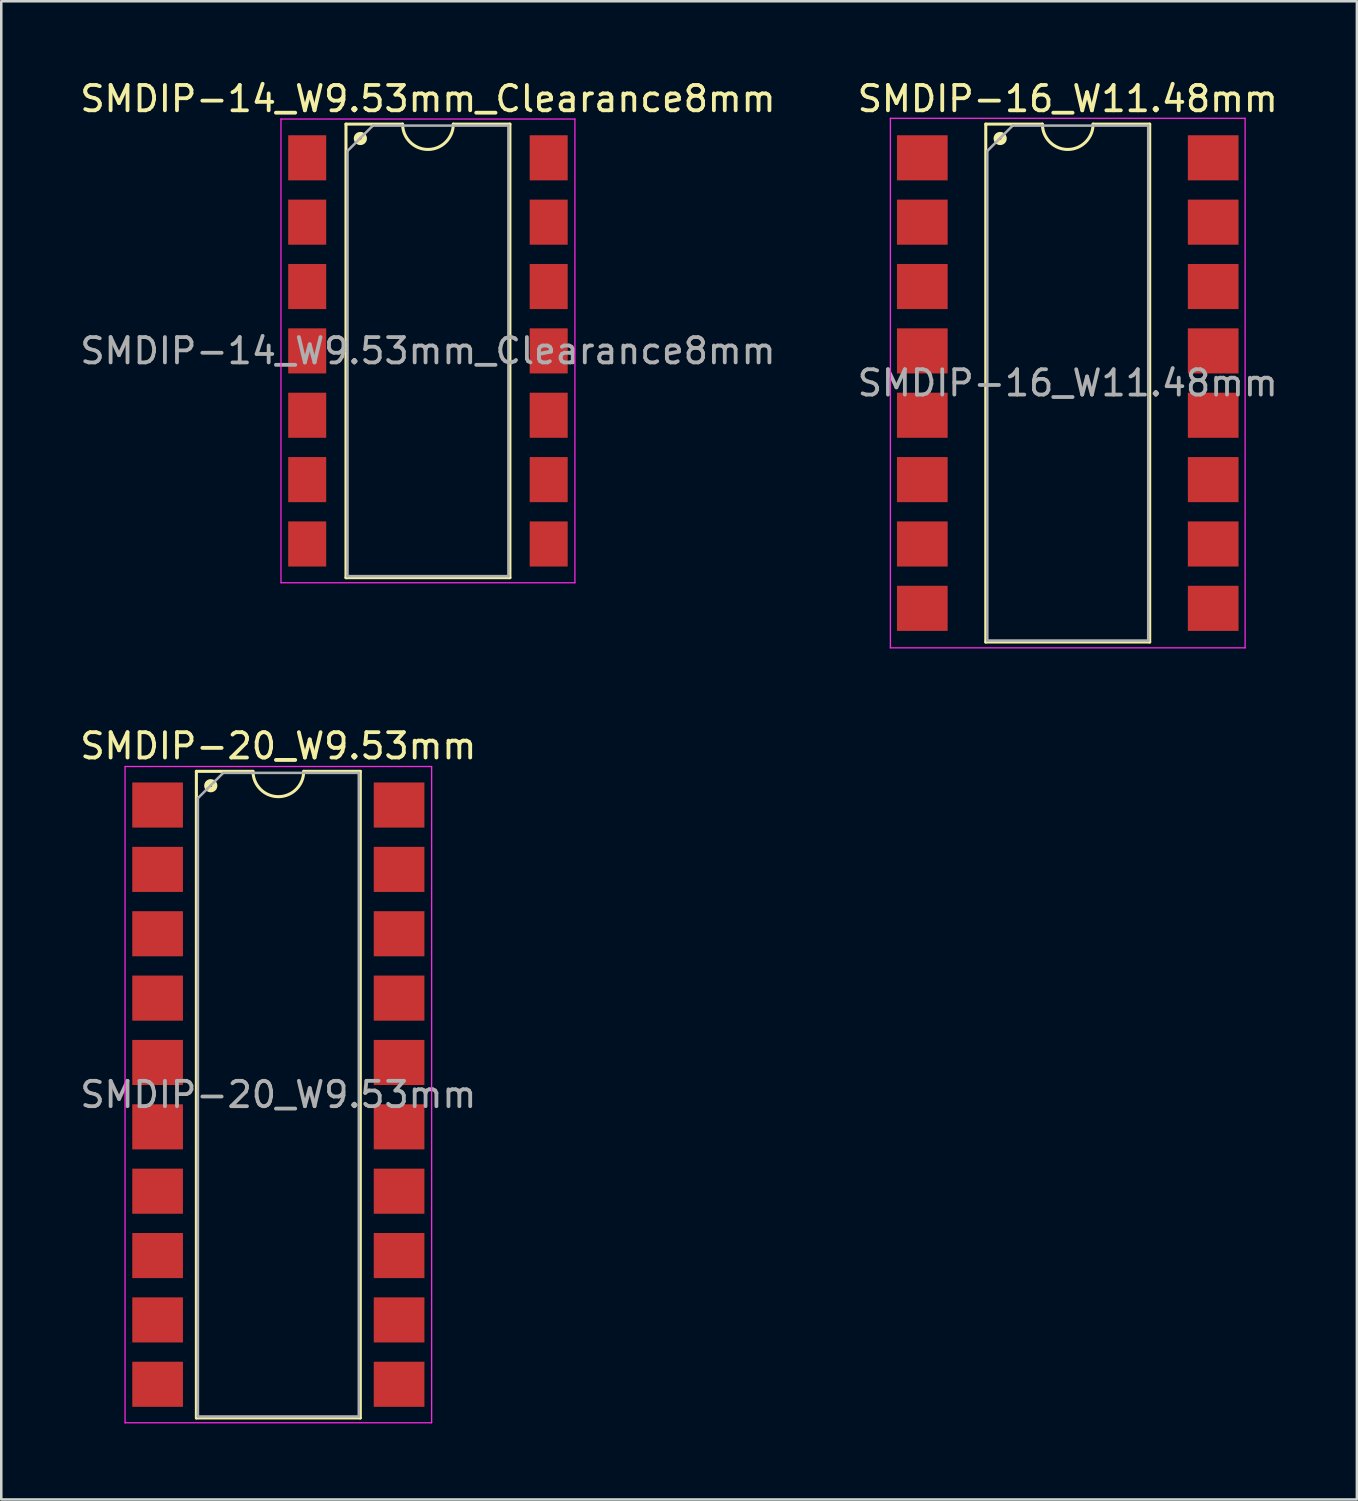
<source format=kicad_pcb>
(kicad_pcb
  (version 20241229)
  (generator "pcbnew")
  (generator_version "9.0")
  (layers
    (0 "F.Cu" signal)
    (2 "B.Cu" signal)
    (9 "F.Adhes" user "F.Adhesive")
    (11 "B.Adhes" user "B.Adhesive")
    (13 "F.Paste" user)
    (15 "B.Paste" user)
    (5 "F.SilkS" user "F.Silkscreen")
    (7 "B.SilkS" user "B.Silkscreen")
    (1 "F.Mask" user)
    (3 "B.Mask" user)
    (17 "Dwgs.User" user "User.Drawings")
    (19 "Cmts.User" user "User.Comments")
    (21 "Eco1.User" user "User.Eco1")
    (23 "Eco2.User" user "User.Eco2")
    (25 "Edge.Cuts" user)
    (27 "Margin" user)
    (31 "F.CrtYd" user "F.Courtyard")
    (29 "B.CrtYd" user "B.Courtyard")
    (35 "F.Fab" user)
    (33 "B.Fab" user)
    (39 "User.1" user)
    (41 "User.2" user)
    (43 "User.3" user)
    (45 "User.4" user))
  (footprint "SMDIP-14_W9.53mm_Clearance8mm"
    (layer "F.Cu")
    (at 13.839 10.798)
    (property "Reference" "SMDIP-14_W9.53mm_Clearance8mm" (at 0 -9.95 0) (layer "F.SilkS") (effects (font (size 1 1) (thickness 0.15))))
    (attr smd)
    (fp_line (start -3.235 -8.95) (end -3.235 8.95) (stroke (width 0.12) (type solid)) (layer "F.SilkS"))
    (fp_line (start -3.235 8.95) (end 3.235 8.95) (stroke (width 0.12) (type solid)) (layer "F.SilkS"))
    (fp_line (start -1 -8.95) (end -3.235 -8.95) (stroke (width 0.12) (type solid)) (layer "F.SilkS"))
    (fp_line (start 3.235 -8.95) (end 1 -8.95) (stroke (width 0.12) (type solid)) (layer "F.SilkS"))
    (fp_line (start 3.235 8.95) (end 3.235 -8.95) (stroke (width 0.12) (type solid)) (layer "F.SilkS"))
    (fp_arc (start 1 -8.95) (mid 0 -7.95) (end -1 -8.95) (stroke (width 0.12) (type solid)) (layer "F.SilkS"))
    (fp_circle (center -2.667 -8.382) (end -2.617 -8.382) (stroke (width 0.12) (type solid)) (fill no) (layer "F.SilkS"))
    (fp_circle (center -2.667 -8.382) (end -2.542 -8.382) (stroke (width 0.12) (type solid)) (fill no) (layer "F.SilkS"))
    (fp_circle (center -2.667 -8.382) (end -2.467 -8.382) (stroke (width 0.12) (type solid)) (fill no) (layer "F.SilkS"))
    (fp_line (start -5.8 -9.15) (end -5.8 9.15) (stroke (width 0.05) (type solid)) (layer "F.CrtYd"))
    (fp_line (start -5.8 9.15) (end 5.8 9.15) (stroke (width 0.05) (type solid)) (layer "F.CrtYd"))
    (fp_line (start 5.8 -9.15) (end -5.8 -9.15) (stroke (width 0.05) (type solid)) (layer "F.CrtYd"))
    (fp_line (start 5.8 9.15) (end 5.8 -9.15) (stroke (width 0.05) (type solid)) (layer "F.CrtYd"))
    (fp_line (start -3.175 -7.89) (end -2.175 -8.89) (stroke (width 0.1) (type solid)) (layer "F.Fab"))
    (fp_line (start -3.175 8.89) (end -3.175 -7.89) (stroke (width 0.1) (type solid)) (layer "F.Fab"))
    (fp_line (start -2.175 -8.89) (end 3.175 -8.89) (stroke (width 0.1) (type solid)) (layer "F.Fab"))
    (fp_line (start 3.175 -8.89) (end 3.175 8.89) (stroke (width 0.1) (type solid)) (layer "F.Fab"))
    (fp_line (start 3.175 8.89) (end -3.175 8.89) (stroke (width 0.1) (type solid)) (layer "F.Fab"))
    (fp_text user "${REFERENCE}" (at 0 0 0) (layer "F.Fab") (effects (font (size 1 1) (thickness 0.15))))
    (pad "1" smd rect (at -4.765 -7.62) (size 1.5 1.78) (layers "F.Cu" "F.Mask" "F.Paste"))
    (pad "2" smd rect (at -4.765 -5.08) (size 1.5 1.78) (layers "F.Cu" "F.Mask" "F.Paste"))
    (pad "3" smd rect (at -4.765 -2.54) (size 1.5 1.78) (layers "F.Cu" "F.Mask" "F.Paste"))
    (pad "4" smd rect (at -4.765 0) (size 1.5 1.78) (layers "F.Cu" "F.Mask" "F.Paste"))
    (pad "5" smd rect (at -4.765 2.54) (size 1.5 1.78) (layers "F.Cu" "F.Mask" "F.Paste"))
    (pad "6" smd rect (at -4.765 5.08) (size 1.5 1.78) (layers "F.Cu" "F.Mask" "F.Paste"))
    (pad "7" smd rect (at -4.765 7.62) (size 1.5 1.78) (layers "F.Cu" "F.Mask" "F.Paste"))
    (pad "8" smd rect (at 4.765 7.62) (size 1.5 1.78) (layers "F.Cu" "F.Mask" "F.Paste"))
    (pad "9" smd rect (at 4.765 5.08) (size 1.5 1.78) (layers "F.Cu" "F.Mask" "F.Paste"))
    (pad "10" smd rect (at 4.765 2.54) (size 1.5 1.78) (layers "F.Cu" "F.Mask" "F.Paste"))
    (pad "11" smd rect (at 4.765 0) (size 1.5 1.78) (layers "F.Cu" "F.Mask" "F.Paste"))
    (pad "12" smd rect (at 4.765 -2.54) (size 1.5 1.78) (layers "F.Cu" "F.Mask" "F.Paste"))
    (pad "13" smd rect (at 4.765 -5.08) (size 1.5 1.78) (layers "F.Cu" "F.Mask" "F.Paste"))
    (pad "14" smd rect (at 4.765 -7.62) (size 1.5 1.78) (layers "F.Cu" "F.Mask" "F.Paste")))
  (footprint "SMDIP-20_W9.53mm"
    (layer "F.Cu")
    (at 7.935 40.151)
    (property "Reference" "SMDIP-20_W9.53mm" (at 0 -13.76 0) (layer "F.SilkS") (effects (font (size 1 1) (thickness 0.15))))
    (attr smd)
    (fp_line (start -3.235 -12.76) (end -3.235 12.76) (stroke (width 0.12) (type solid)) (layer "F.SilkS"))
    (fp_line (start -3.235 12.76) (end 3.235 12.76) (stroke (width 0.12) (type solid)) (layer "F.SilkS"))
    (fp_line (start -1 -12.76) (end -3.235 -12.76) (stroke (width 0.12) (type solid)) (layer "F.SilkS"))
    (fp_line (start 3.235 -12.76) (end 1 -12.76) (stroke (width 0.12) (type solid)) (layer "F.SilkS"))
    (fp_line (start 3.235 12.76) (end 3.235 -12.76) (stroke (width 0.12) (type solid)) (layer "F.SilkS"))
    (fp_arc (start 1 -12.76) (mid 0 -11.76) (end -1 -12.76) (stroke (width 0.12) (type solid)) (layer "F.SilkS"))
    (fp_circle (center -2.667 -12.192) (end -2.617 -12.192) (stroke (width 0.12) (type solid)) (fill no) (layer "F.SilkS"))
    (fp_circle (center -2.667 -12.192) (end -2.542 -12.192) (stroke (width 0.12) (type solid)) (fill no) (layer "F.SilkS"))
    (fp_circle (center -2.667 -12.192) (end -2.467 -12.192) (stroke (width 0.12) (type solid)) (fill no) (layer "F.SilkS"))
    (fp_line (start -6.05 -12.95) (end -6.05 12.95) (stroke (width 0.05) (type solid)) (layer "F.CrtYd"))
    (fp_line (start -6.05 12.95) (end 6.05 12.95) (stroke (width 0.05) (type solid)) (layer "F.CrtYd"))
    (fp_line (start 6.05 -12.95) (end -6.05 -12.95) (stroke (width 0.05) (type solid)) (layer "F.CrtYd"))
    (fp_line (start 6.05 12.95) (end 6.05 -12.95) (stroke (width 0.05) (type solid)) (layer "F.CrtYd"))
    (fp_line (start -3.175 -11.7) (end -2.175 -12.7) (stroke (width 0.1) (type solid)) (layer "F.Fab"))
    (fp_line (start -3.175 12.7) (end -3.175 -11.7) (stroke (width 0.1) (type solid)) (layer "F.Fab"))
    (fp_line (start -2.175 -12.7) (end 3.175 -12.7) (stroke (width 0.1) (type solid)) (layer "F.Fab"))
    (fp_line (start 3.175 -12.7) (end 3.175 12.7) (stroke (width 0.1) (type solid)) (layer "F.Fab"))
    (fp_line (start 3.175 12.7) (end -3.175 12.7) (stroke (width 0.1) (type solid)) (layer "F.Fab"))
    (fp_text user "${REFERENCE}" (at 0 0 0) (layer "F.Fab") (effects (font (size 1 1) (thickness 0.15))))
    (pad "1" smd rect (at -4.765 -11.43) (size 2 1.78) (layers "F.Cu" "F.Mask" "F.Paste"))
    (pad "2" smd rect (at -4.765 -8.89) (size 2 1.78) (layers "F.Cu" "F.Mask" "F.Paste"))
    (pad "3" smd rect (at -4.765 -6.35) (size 2 1.78) (layers "F.Cu" "F.Mask" "F.Paste"))
    (pad "4" smd rect (at -4.765 -3.81) (size 2 1.78) (layers "F.Cu" "F.Mask" "F.Paste"))
    (pad "5" smd rect (at -4.765 -1.27) (size 2 1.78) (layers "F.Cu" "F.Mask" "F.Paste"))
    (pad "6" smd rect (at -4.765 1.27) (size 2 1.78) (layers "F.Cu" "F.Mask" "F.Paste"))
    (pad "7" smd rect (at -4.765 3.81) (size 2 1.78) (layers "F.Cu" "F.Mask" "F.Paste"))
    (pad "8" smd rect (at -4.765 6.35) (size 2 1.78) (layers "F.Cu" "F.Mask" "F.Paste"))
    (pad "9" smd rect (at -4.765 8.89) (size 2 1.78) (layers "F.Cu" "F.Mask" "F.Paste"))
    (pad "10" smd rect (at -4.765 11.43) (size 2 1.78) (layers "F.Cu" "F.Mask" "F.Paste"))
    (pad "11" smd rect (at 4.765 11.43) (size 2 1.78) (layers "F.Cu" "F.Mask" "F.Paste"))
    (pad "12" smd rect (at 4.765 8.89) (size 2 1.78) (layers "F.Cu" "F.Mask" "F.Paste"))
    (pad "13" smd rect (at 4.765 6.35) (size 2 1.78) (layers "F.Cu" "F.Mask" "F.Paste"))
    (pad "14" smd rect (at 4.765 3.81) (size 2 1.78) (layers "F.Cu" "F.Mask" "F.Paste"))
    (pad "15" smd rect (at 4.765 1.27) (size 2 1.78) (layers "F.Cu" "F.Mask" "F.Paste"))
    (pad "16" smd rect (at 4.765 -1.27) (size 2 1.78) (layers "F.Cu" "F.Mask" "F.Paste"))
    (pad "17" smd rect (at 4.765 -3.81) (size 2 1.78) (layers "F.Cu" "F.Mask" "F.Paste"))
    (pad "18" smd rect (at 4.765 -6.35) (size 2 1.78) (layers "F.Cu" "F.Mask" "F.Paste"))
    (pad "19" smd rect (at 4.765 -8.89) (size 2 1.78) (layers "F.Cu" "F.Mask" "F.Paste"))
    (pad "20" smd rect (at 4.765 -11.43) (size 2 1.78) (layers "F.Cu" "F.Mask" "F.Paste")))
  (footprint "SMDIP-16_W11.48mm"
    (layer "F.Cu")
    (at 39.089 12.068)
    (property "Reference" "SMDIP-16_W11.48mm" (at 0 -11.22 0) (layer "F.SilkS") (effects (font (size 1 1) (thickness 0.15))))
    (attr smd)
    (fp_line (start -3.235 -10.22) (end -3.235 10.22) (stroke (width 0.12) (type solid)) (layer "F.SilkS"))
    (fp_line (start -3.235 10.22) (end 3.235 10.22) (stroke (width 0.12) (type solid)) (layer "F.SilkS"))
    (fp_line (start -1 -10.22) (end -3.235 -10.22) (stroke (width 0.12) (type solid)) (layer "F.SilkS"))
    (fp_line (start 3.235 -10.22) (end 1 -10.22) (stroke (width 0.12) (type solid)) (layer "F.SilkS"))
    (fp_line (start 3.235 10.22) (end 3.235 -10.22) (stroke (width 0.12) (type solid)) (layer "F.SilkS"))
    (fp_arc (start 1 -10.22) (mid 0 -9.22) (end -1 -10.22) (stroke (width 0.12) (type solid)) (layer "F.SilkS"))
    (fp_circle (center -2.667 -9.652) (end -2.617 -9.652) (stroke (width 0.12) (type solid)) (fill no) (layer "F.SilkS"))
    (fp_circle (center -2.667 -9.652) (end -2.542 -9.652) (stroke (width 0.12) (type solid)) (fill no) (layer "F.SilkS"))
    (fp_circle (center -2.667 -9.652) (end -2.467 -9.652) (stroke (width 0.12) (type solid)) (fill no) (layer "F.SilkS"))
    (fp_line (start -7 -10.45) (end -7 10.45) (stroke (width 0.05) (type solid)) (layer "F.CrtYd"))
    (fp_line (start -7 10.45) (end 7 10.45) (stroke (width 0.05) (type solid)) (layer "F.CrtYd"))
    (fp_line (start 7 -10.45) (end -7 -10.45) (stroke (width 0.05) (type solid)) (layer "F.CrtYd"))
    (fp_line (start 7 10.45) (end 7 -10.45) (stroke (width 0.05) (type solid)) (layer "F.CrtYd"))
    (fp_line (start -3.175 -9.16) (end -2.175 -10.16) (stroke (width 0.1) (type solid)) (layer "F.Fab"))
    (fp_line (start -3.175 10.16) (end -3.175 -9.16) (stroke (width 0.1) (type solid)) (layer "F.Fab"))
    (fp_line (start -2.175 -10.16) (end 3.175 -10.16) (stroke (width 0.1) (type solid)) (layer "F.Fab"))
    (fp_line (start 3.175 -10.16) (end 3.175 10.16) (stroke (width 0.1) (type solid)) (layer "F.Fab"))
    (fp_line (start 3.175 10.16) (end -3.175 10.16) (stroke (width 0.1) (type solid)) (layer "F.Fab"))
    (fp_text user "${REFERENCE}" (at 0 0 0) (layer "F.Fab") (effects (font (size 1 1) (thickness 0.15))))
    (pad "1" smd rect (at -5.74 -8.89) (size 2 1.78) (layers "F.Cu" "F.Mask" "F.Paste"))
    (pad "2" smd rect (at -5.74 -6.35) (size 2 1.78) (layers "F.Cu" "F.Mask" "F.Paste"))
    (pad "3" smd rect (at -5.74 -3.81) (size 2 1.78) (layers "F.Cu" "F.Mask" "F.Paste"))
    (pad "4" smd rect (at -5.74 -1.27) (size 2 1.78) (layers "F.Cu" "F.Mask" "F.Paste"))
    (pad "5" smd rect (at -5.74 1.27) (size 2 1.78) (layers "F.Cu" "F.Mask" "F.Paste"))
    (pad "6" smd rect (at -5.74 3.81) (size 2 1.78) (layers "F.Cu" "F.Mask" "F.Paste"))
    (pad "7" smd rect (at -5.74 6.35) (size 2 1.78) (layers "F.Cu" "F.Mask" "F.Paste"))
    (pad "8" smd rect (at -5.74 8.89) (size 2 1.78) (layers "F.Cu" "F.Mask" "F.Paste"))
    (pad "9" smd rect (at 5.74 8.89) (size 2 1.78) (layers "F.Cu" "F.Mask" "F.Paste"))
    (pad "10" smd rect (at 5.74 6.35) (size 2 1.78) (layers "F.Cu" "F.Mask" "F.Paste"))
    (pad "11" smd rect (at 5.74 3.81) (size 2 1.78) (layers "F.Cu" "F.Mask" "F.Paste"))
    (pad "12" smd rect (at 5.74 1.27) (size 2 1.78) (layers "F.Cu" "F.Mask" "F.Paste"))
    (pad "13" smd rect (at 5.74 -1.27) (size 2 1.78) (layers "F.Cu" "F.Mask" "F.Paste"))
    (pad "14" smd rect (at 5.74 -3.81) (size 2 1.78) (layers "F.Cu" "F.Mask" "F.Paste"))
    (pad "15" smd rect (at 5.74 -6.35) (size 2 1.78) (layers "F.Cu" "F.Mask" "F.Paste"))
    (pad "16" smd rect (at 5.74 -8.89) (size 2 1.78) (layers "F.Cu" "F.Mask" "F.Paste")))
  (gr_rect
    (start -3 -3)
    (end 50.5 56.127)
    (stroke (width 0.1) (type default))
    (fill no)
    (layer "Edge.Cuts")))
</source>
